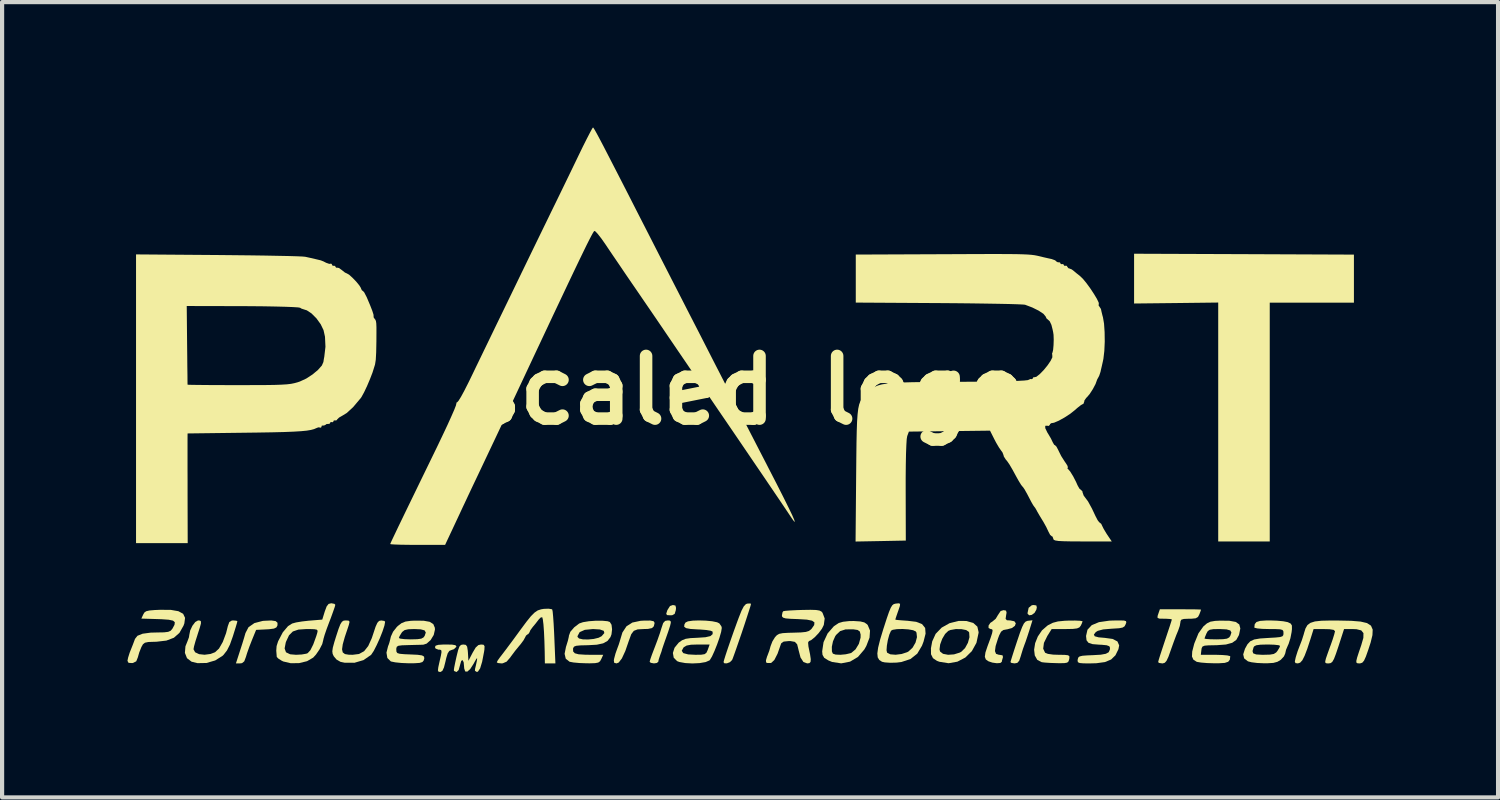
<source format=kicad_pcb>
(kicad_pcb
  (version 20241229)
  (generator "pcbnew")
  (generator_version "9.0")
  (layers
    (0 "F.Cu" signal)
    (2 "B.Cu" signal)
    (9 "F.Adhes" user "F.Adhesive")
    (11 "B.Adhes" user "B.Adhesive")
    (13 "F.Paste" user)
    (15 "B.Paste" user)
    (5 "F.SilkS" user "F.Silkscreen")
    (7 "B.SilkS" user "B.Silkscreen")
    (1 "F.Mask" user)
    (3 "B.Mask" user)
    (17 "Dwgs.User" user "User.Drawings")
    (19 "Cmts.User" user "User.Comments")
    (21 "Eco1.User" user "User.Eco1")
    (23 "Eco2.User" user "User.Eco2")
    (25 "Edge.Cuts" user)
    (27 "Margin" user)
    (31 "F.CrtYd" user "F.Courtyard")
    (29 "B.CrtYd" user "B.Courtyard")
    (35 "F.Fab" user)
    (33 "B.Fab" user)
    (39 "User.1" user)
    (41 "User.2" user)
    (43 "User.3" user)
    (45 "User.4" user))
  (footprint "scaled logo"
    (layer "F.Cu")
    (at 14.837 6.288)
    (property "Reference" "scaled logo" (at 0 0 0) (layer "F.SilkS") (effects (font (size 1.5 1.5) (thickness 0.3))))
    (attr board_only exclude_from_pos_files exclude_from_bom)
    (fp_poly (pts (xy 6.909 5.148) (xy 6.921 5.195) (xy 6.909 5.251) (xy 6.866 5.326) (xy 6.801 5.374) (xy 6.738 5.384) (xy 6.701 5.348) (xy 6.699 5.329) (xy 6.725 5.205) (xy 6.8 5.144) (xy 6.844 5.138)) (stroke (width 0) (type solid)) (fill yes) (layer "F.SilkS"))
    (fp_poly (pts (xy -1.726 5.151) (xy -1.712 5.206) (xy -1.717 5.261) (xy -1.744 5.35) (xy -1.803 5.382) (xy -1.851 5.384) (xy -1.928 5.379) (xy -1.946 5.346) (xy -1.919 5.261) (xy -1.919 5.261) (xy -1.856 5.162) (xy -1.786 5.138)) (stroke (width 0) (type solid)) (fill yes) (layer "F.SilkS"))
    (fp_poly (pts (xy 11.878 -3.257) (xy 14.508 -3.246) (xy 14.508 -2.671) (xy 14.508 -2.096) (xy 13.501 -2.096) (xy 12.494 -2.096) (xy 12.494 0.76) (xy 12.494 3.617) (xy 11.878 3.617) (xy 11.261 3.617) (xy 11.261 0.759) (xy 11.261 -2.099) (xy 10.254 -2.087) (xy 9.248 -2.076) (xy 9.248 -2.672) (xy 9.248 -3.267)) (stroke (width 0) (type solid)) (fill yes) (layer "F.SilkS"))
    (fp_poly (pts (xy 6.743 5.741) (xy 6.695 5.889) (xy 6.651 6.02) (xy 6.627 6.083) (xy 6.589 6.189) (xy 6.547 6.325) (xy 6.537 6.36) (xy 6.499 6.472) (xy 6.454 6.523) (xy 6.389 6.535) (xy 6.314 6.524) (xy 6.29 6.504) (xy 6.304 6.455) (xy 6.338 6.345) (xy 6.388 6.189) (xy 6.449 6.004) (xy 6.45 6.001) (xy 6.518 5.8) (xy 6.57 5.664) (xy 6.611 5.581) (xy 6.65 5.537) (xy 6.693 5.518) (xy 6.712 5.515) (xy 6.817 5.503)) (stroke (width 0) (type solid)) (fill yes) (layer "F.SilkS"))
    (fp_poly (pts (xy -11.292 5.523) (xy -11.247 5.563) (xy -11.248 5.626) (xy -11.274 5.674) (xy -11.332 5.702) (xy -11.444 5.717) (xy -11.515 5.721) (xy -11.759 5.733) (xy -11.86 5.98) (xy -11.922 6.139) (xy -11.976 6.292) (xy -12.003 6.381) (xy -12.043 6.486) (xy -12.097 6.529) (xy -12.144 6.535) (xy -12.242 6.535) (xy -12.139 6.216) (xy -12.087 6.055) (xy -12.044 5.914) (xy -12.017 5.82) (xy -12.014 5.809) (xy -11.941 5.669) (xy -11.801 5.571) (xy -11.603 5.519) (xy -11.572 5.516) (xy -11.397 5.508)) (stroke (width 0) (type solid)) (fill yes) (layer "F.SilkS"))
    (fp_poly (pts (xy 0.082 5.111) (xy 0.07 5.161) (xy 0.035 5.272) (xy -0.016 5.429) (xy -0.077 5.616) (xy -0.144 5.816) (xy -0.212 6.013) (xy -0.274 6.192) (xy -0.325 6.336) (xy -0.36 6.43) (xy -0.371 6.454) (xy -0.423 6.506) (xy -0.496 6.534) (xy -0.557 6.532) (xy -0.575 6.504) (xy -0.561 6.45) (xy -0.525 6.334) (xy -0.471 6.171) (xy -0.404 5.977) (xy -0.33 5.766) (xy -0.253 5.554) (xy -0.213 5.446) (xy -0.145 5.274) (xy -0.09 5.169) (xy -0.039 5.116) (xy -0.005 5.104) (xy 0.064 5.101)) (stroke (width 0) (type solid)) (fill yes) (layer "F.SilkS"))
    (fp_poly (pts (xy -7.069 6.086) (xy -6.992 6.099) (xy -6.968 6.124) (xy -6.971 6.142) (xy -7.026 6.195) (xy -7.083 6.214) (xy -7.136 6.236) (xy -7.175 6.294) (xy -7.21 6.409) (xy -7.227 6.484) (xy -7.264 6.631) (xy -7.301 6.711) (xy -7.345 6.74) (xy -7.355 6.74) (xy -7.394 6.734) (xy -7.409 6.703) (xy -7.4 6.628) (xy -7.373 6.504) (xy -7.338 6.352) (xy -7.323 6.263) (xy -7.329 6.221) (xy -7.358 6.207) (xy -7.398 6.206) (xy -7.465 6.18) (xy -7.48 6.144) (xy -7.462 6.11) (xy -7.398 6.091) (xy -7.273 6.083) (xy -7.214 6.083)) (stroke (width 0) (type solid)) (fill yes) (layer "F.SilkS"))
    (fp_poly (pts (xy -2.248 5.526) (xy -2.224 5.566) (xy -2.241 5.639) (xy -2.244 5.648) (xy -2.287 5.69) (xy -2.383 5.71) (xy -2.486 5.713) (xy -2.631 5.721) (xy -2.722 5.756) (xy -2.783 5.836) (xy -2.835 5.979) (xy -2.836 5.98) (xy -2.925 6.238) (xy -3.007 6.415) (xy -3.082 6.513) (xy -3.134 6.535) (xy -3.191 6.521) (xy -3.2 6.463) (xy -3.193 6.422) (xy -3.16 6.298) (xy -3.12 6.186) (xy -3.082 6.084) (xy -3.06 6.014) (xy -3.06 6.013) (xy -2.995 5.796) (xy -2.898 5.648) (xy -2.758 5.558) (xy -2.561 5.516) (xy -2.476 5.511) (xy -2.328 5.51)) (stroke (width 0) (type solid)) (fill yes) (layer "F.SilkS"))
    (fp_poly (pts (xy -1.867 5.509) (xy -1.842 5.523) (xy -1.836 5.561) (xy -1.854 5.637) (xy -1.895 5.764) (xy -1.961 5.953) (xy -1.971 5.98) (xy -2.015 6.107) (xy -2.045 6.196) (xy -2.053 6.227) (xy -2.063 6.26) (xy -2.093 6.341) (xy -2.093 6.342) (xy -2.125 6.438) (xy -2.137 6.497) (xy -2.172 6.525) (xy -2.24 6.535) (xy -2.317 6.521) (xy -2.343 6.495) (xy -2.328 6.44) (xy -2.29 6.33) (xy -2.236 6.188) (xy -2.223 6.155) (xy -2.158 5.983) (xy -2.099 5.815) (xy -2.059 5.686) (xy -2.057 5.681) (xy -2.019 5.569) (xy -1.972 5.518) (xy -1.912 5.507)) (stroke (width 0) (type solid)) (fill yes) (layer "F.SilkS"))
    (fp_poly (pts (xy 5.232 5.52) (xy 5.4 5.567) (xy 5.498 5.655) (xy 5.528 5.787) (xy 5.527 5.806) (xy 5.476 6.043) (xy 5.366 6.242) (xy 5.21 6.395) (xy 5.02 6.494) (xy 4.809 6.531) (xy 4.59 6.496) (xy 4.531 6.474) (xy 4.436 6.41) (xy 4.389 6.316) (xy 4.388 6.198) (xy 4.593 6.198) (xy 4.605 6.25) (xy 4.677 6.306) (xy 4.798 6.329) (xy 4.94 6.319) (xy 5.078 6.276) (xy 5.113 6.257) (xy 5.203 6.169) (xy 5.272 6.043) (xy 5.309 5.909) (xy 5.302 5.797) (xy 5.294 5.78) (xy 5.23 5.737) (xy 5.116 5.715) (xy 4.981 5.714) (xy 4.855 5.736) (xy 4.803 5.757) (xy 4.726 5.831) (xy 4.657 5.948) (xy 4.608 6.081) (xy 4.593 6.198) (xy 4.388 6.198) (xy 4.387 6.175) (xy 4.418 6.008) (xy 4.5 5.828) (xy 4.644 5.679) (xy 4.833 5.573) (xy 5.048 5.519)) (stroke (width 0) (type solid)) (fill yes) (layer "F.SilkS"))
    (fp_poly (pts (xy 7.954 5.515) (xy 8.011 5.525) (xy 8.015 5.529) (xy 7.997 5.581) (xy 7.972 5.633) (xy 7.939 5.674) (xy 7.883 5.698) (xy 7.783 5.71) (xy 7.622 5.713) (xy 7.603 5.713) (xy 7.276 5.713) (xy 7.173 5.877) (xy 7.091 6.044) (xy 7.073 6.183) (xy 7.119 6.28) (xy 7.186 6.307) (xy 7.312 6.325) (xy 7.442 6.329) (xy 7.587 6.331) (xy 7.667 6.34) (xy 7.699 6.362) (xy 7.7 6.407) (xy 7.696 6.432) (xy 7.68 6.487) (xy 7.646 6.517) (xy 7.575 6.529) (xy 7.446 6.53) (xy 7.404 6.529) (xy 7.247 6.524) (xy 7.113 6.515) (xy 7.038 6.506) (xy 6.932 6.451) (xy 6.872 6.345) (xy 6.856 6.207) (xy 6.881 6.05) (xy 6.945 5.891) (xy 7.044 5.745) (xy 7.177 5.629) (xy 7.194 5.619) (xy 7.305 5.563) (xy 7.425 5.531) (xy 7.585 5.515) (xy 7.688 5.511) (xy 7.84 5.51)) (stroke (width 0) (type solid)) (fill yes) (layer "F.SilkS"))
    (fp_poly (pts (xy -9.545 5.512) (xy -9.523 5.539) (xy -9.54 5.612) (xy -9.556 5.662) (xy -9.637 5.903) (xy -9.686 6.078) (xy -9.703 6.198) (xy -9.686 6.272) (xy -9.633 6.312) (xy -9.543 6.327) (xy -9.45 6.329) (xy -9.297 6.31) (xy -9.175 6.243) (xy -9.077 6.12) (xy -8.991 5.93) (xy -8.952 5.813) (xy -8.9 5.656) (xy -8.858 5.564) (xy -8.817 5.519) (xy -8.766 5.508) (xy -8.765 5.508) (xy -8.692 5.519) (xy -8.672 5.538) (xy -8.689 5.631) (xy -8.735 5.771) (xy -8.8 5.935) (xy -8.874 6.098) (xy -8.945 6.237) (xy -9.005 6.327) (xy -9.012 6.334) (xy -9.189 6.456) (xy -9.406 6.52) (xy -9.64 6.519) (xy -9.74 6.498) (xy -9.836 6.442) (xy -9.902 6.363) (xy -9.928 6.306) (xy -9.936 6.245) (xy -9.924 6.159) (xy -9.889 6.03) (xy -9.843 5.882) (xy -9.786 5.708) (xy -9.743 5.598) (xy -9.705 5.538) (xy -9.665 5.512) (xy -9.614 5.507)) (stroke (width 0) (type solid)) (fill yes) (layer "F.SilkS"))
    (fp_poly (pts (xy 2.697 5.531) (xy 2.793 5.554) (xy 2.857 5.598) (xy 2.875 5.618) (xy 2.93 5.75) (xy 2.918 5.919) (xy 2.841 6.119) (xy 2.793 6.203) (xy 2.641 6.381) (xy 2.452 6.493) (xy 2.241 6.534) (xy 2.023 6.501) (xy 1.932 6.463) (xy 1.834 6.402) (xy 1.793 6.33) (xy 1.785 6.247) (xy 1.801 6.138) (xy 2.016 6.138) (xy 2.018 6.25) (xy 2.041 6.302) (xy 2.107 6.324) (xy 2.22 6.329) (xy 2.349 6.317) (xy 2.461 6.291) (xy 2.483 6.283) (xy 2.583 6.199) (xy 2.663 6.067) (xy 2.704 5.919) (xy 2.705 5.845) (xy 2.685 5.771) (xy 2.633 5.735) (xy 2.532 5.72) (xy 2.345 5.721) (xy 2.214 5.763) (xy 2.117 5.855) (xy 2.095 5.889) (xy 2.043 6.008) (xy 2.016 6.138) (xy 1.801 6.138) (xy 1.818 6.026) (xy 1.915 5.818) (xy 2.064 5.647) (xy 2.18 5.569) (xy 2.283 5.539) (xy 2.434 5.522) (xy 2.543 5.521)) (stroke (width 0) (type solid)) (fill yes) (layer "F.SilkS"))
    (fp_poly (pts (xy -12.231 5.514) (xy -12.207 5.526) (xy -12.218 5.571) (xy -12.249 5.675) (xy -12.294 5.819) (xy -12.314 5.884) (xy -12.385 6.084) (xy -12.456 6.225) (xy -12.538 6.33) (xy -12.563 6.354) (xy -12.737 6.464) (xy -12.947 6.525) (xy -13.162 6.529) (xy -13.304 6.494) (xy -13.413 6.41) (xy -13.463 6.283) (xy -13.45 6.126) (xy -13.402 6.007) (xy -13.366 5.91) (xy -13.358 5.855) (xy -13.336 5.746) (xy -13.283 5.634) (xy -13.215 5.545) (xy -13.149 5.507) (xy -13.147 5.507) (xy -13.101 5.511) (xy -13.079 5.531) (xy -13.08 5.583) (xy -13.107 5.682) (xy -13.159 5.843) (xy -13.164 5.86) (xy -13.211 6.007) (xy -13.244 6.127) (xy -13.257 6.195) (xy -13.257 6.197) (xy -13.218 6.269) (xy -13.123 6.314) (xy -12.992 6.328) (xy -12.849 6.309) (xy -12.742 6.268) (xy -12.647 6.18) (xy -12.557 6.023) (xy -12.478 5.812) (xy -12.435 5.641) (xy -12.4 5.546) (xy -12.341 5.51) (xy -12.306 5.507)) (stroke (width 0) (type solid)) (fill yes) (layer "F.SilkS"))
    (fp_poly (pts (xy 10.548 5.241) (xy 10.704 5.242) (xy 10.81 5.245) (xy 10.85 5.248) (xy 10.85 5.248) (xy 10.838 5.287) (xy 10.81 5.361) (xy 10.777 5.424) (xy 10.722 5.456) (xy 10.621 5.466) (xy 10.564 5.466) (xy 10.44 5.471) (xy 10.378 5.489) (xy 10.358 5.529) (xy 10.357 5.547) (xy 10.341 5.639) (xy 10.301 5.754) (xy 10.297 5.763) (xy 10.254 5.867) (xy 10.197 6.02) (xy 10.136 6.19) (xy 10.127 6.216) (xy 10.07 6.376) (xy 10.025 6.472) (xy 9.983 6.52) (xy 9.934 6.535) (xy 9.92 6.535) (xy 9.846 6.524) (xy 9.824 6.504) (xy 9.836 6.455) (xy 9.87 6.345) (xy 9.921 6.189) (xy 9.983 6.002) (xy 9.988 5.987) (xy 10.05 5.8) (xy 10.102 5.644) (xy 10.137 5.534) (xy 10.152 5.484) (xy 10.152 5.483) (xy 10.115 5.473) (xy 10.022 5.467) (xy 9.969 5.466) (xy 9.857 5.464) (xy 9.81 5.447) (xy 9.81 5.402) (xy 9.826 5.353) (xy 9.865 5.24) (xy 10.358 5.24)) (stroke (width 0) (type solid)) (fill yes) (layer "F.SilkS"))
    (fp_poly (pts (xy -6.316 6.089) (xy -6.293 6.123) (xy -6.297 6.205) (xy -6.305 6.258) (xy -6.351 6.496) (xy -6.399 6.654) (xy -6.451 6.731) (xy -6.478 6.74) (xy -6.523 6.712) (xy -6.521 6.669) (xy -6.499 6.576) (xy -6.477 6.473) (xy -6.47 6.415) (xy -6.485 6.419) (xy -6.527 6.491) (xy -6.556 6.545) (xy -6.637 6.671) (xy -6.706 6.732) (xy -6.757 6.727) (xy -6.781 6.651) (xy -6.782 6.627) (xy -6.793 6.509) (xy -6.819 6.456) (xy -6.851 6.474) (xy -6.878 6.567) (xy -6.879 6.573) (xy -6.913 6.694) (xy -6.962 6.74) (xy -6.967 6.74) (xy -7.021 6.717) (xy -7.028 6.697) (xy -7.02 6.638) (xy -6.997 6.523) (xy -6.965 6.376) (xy -6.963 6.368) (xy -6.926 6.218) (xy -6.894 6.132) (xy -6.857 6.093) (xy -6.806 6.083) (xy -6.801 6.083) (xy -6.741 6.092) (xy -6.71 6.134) (xy -6.695 6.229) (xy -6.691 6.278) (xy -6.679 6.473) (xy -6.578 6.278) (xy -6.506 6.156) (xy -6.441 6.097) (xy -6.378 6.083)) (stroke (width 0) (type solid)) (fill yes) (layer "F.SilkS"))
    (fp_poly (pts (xy 6.184 5.272) (xy 6.197 5.32) (xy 6.186 5.384) (xy 6.174 5.47) (xy 6.205 5.503) (xy 6.285 5.507) (xy 6.383 5.527) (xy 6.418 5.575) (xy 6.397 5.635) (xy 6.326 5.689) (xy 6.211 5.72) (xy 6.207 5.72) (xy 6.121 5.736) (xy 6.066 5.776) (xy 6.021 5.862) (xy 5.992 5.939) (xy 5.935 6.12) (xy 5.919 6.24) (xy 5.945 6.306) (xy 6.013 6.329) (xy 6.026 6.329) (xy 6.101 6.342) (xy 6.111 6.385) (xy 6.108 6.394) (xy 6.086 6.473) (xy 6.083 6.497) (xy 6.048 6.525) (xy 5.963 6.531) (xy 5.857 6.516) (xy 5.764 6.485) (xy 5.701 6.441) (xy 5.677 6.377) (xy 5.691 6.275) (xy 5.743 6.119) (xy 5.749 6.103) (xy 5.814 5.927) (xy 5.851 5.813) (xy 5.863 5.749) (xy 5.852 5.72) (xy 5.82 5.713) (xy 5.815 5.713) (xy 5.766 5.688) (xy 5.766 5.63) (xy 5.809 5.565) (xy 5.861 5.531) (xy 5.938 5.466) (xy 5.991 5.377) (xy 6.055 5.282) (xy 6.124 5.261)) (stroke (width 0) (type solid)) (fill yes) (layer "F.SilkS"))
    (fp_poly (pts (xy -4.686 5.238) (xy -4.673 5.248) (xy -4.663 5.3) (xy -4.652 5.419) (xy -4.64 5.59) (xy -4.629 5.797) (xy -4.624 5.91) (xy -4.598 6.535) (xy -4.724 6.535) (xy -4.85 6.535) (xy -4.854 6.258) (xy -4.861 6.004) (xy -4.871 5.781) (xy -4.884 5.602) (xy -4.899 5.481) (xy -4.914 5.429) (xy -4.953 5.439) (xy -4.999 5.487) (xy -5.072 5.582) (xy -5.139 5.662) (xy -5.197 5.741) (xy -5.22 5.795) (xy -5.249 5.835) (xy -5.258 5.836) (xy -5.301 5.87) (xy -5.32 5.908) (xy -5.362 5.984) (xy -5.436 6.083) (xy -5.46 6.111) (xy -5.564 6.238) (xy -5.665 6.373) (xy -5.675 6.389) (xy -5.765 6.493) (xy -5.858 6.533) (xy -5.888 6.535) (xy -5.97 6.527) (xy -6.001 6.51) (xy -5.978 6.464) (xy -5.921 6.384) (xy -5.908 6.368) (xy -5.779 6.199) (xy -5.612 5.975) (xy -5.433 5.73) (xy -5.292 5.54) (xy -5.184 5.406) (xy -5.097 5.319) (xy -5.02 5.267) (xy -4.94 5.241) (xy -4.874 5.23) (xy -4.761 5.226)) (stroke (width 0) (type solid)) (fill yes) (layer "F.SilkS"))
    (fp_poly (pts (xy -13.803 5.254) (xy -13.619 5.286) (xy -13.505 5.348) (xy -13.459 5.445) (xy -13.476 5.577) (xy -13.497 5.634) (xy -13.594 5.805) (xy -13.726 5.921) (xy -13.905 5.989) (xy -14.145 6.017) (xy -14.199 6.018) (xy -14.338 6.023) (xy -14.419 6.04) (xy -14.467 6.078) (xy -14.504 6.144) (xy -14.556 6.275) (xy -14.589 6.391) (xy -14.627 6.485) (xy -14.704 6.524) (xy -14.726 6.527) (xy -14.811 6.522) (xy -14.837 6.475) (xy -14.837 6.473) (xy -14.822 6.398) (xy -14.785 6.28) (xy -14.759 6.214) (xy -14.708 6.086) (xy -14.669 5.982) (xy -14.657 5.949) (xy -14.598 5.874) (xy -14.475 5.825) (xy -14.282 5.799) (xy -14.12 5.795) (xy -13.961 5.792) (xy -13.863 5.78) (xy -13.804 5.754) (xy -13.764 5.707) (xy -13.761 5.703) (xy -13.712 5.612) (xy -13.704 5.55) (xy -13.747 5.512) (xy -13.85 5.49) (xy -14.022 5.478) (xy -14.106 5.475) (xy -14.505 5.463) (xy -14.46 5.365) (xy -14.432 5.317) (xy -14.389 5.287) (xy -14.312 5.269) (xy -14.183 5.258) (xy -14.061 5.253)) (stroke (width 0) (type solid)) (fill yes) (layer "F.SilkS"))
    (fp_poly (pts (xy 9.008 5.51) (xy 9.054 5.524) (xy 9.062 5.552) (xy 9.047 5.597) (xy 9.021 5.647) (xy 8.975 5.677) (xy 8.89 5.694) (xy 8.746 5.703) (xy 8.71 5.705) (xy 8.508 5.722) (xy 8.379 5.756) (xy 8.333 5.784) (xy 8.286 5.844) (xy 8.306 5.886) (xy 8.398 5.911) (xy 8.546 5.924) (xy 8.735 5.95) (xy 8.85 6.01) (xy 8.891 6.103) (xy 8.874 6.194) (xy 8.802 6.341) (xy 8.698 6.442) (xy 8.551 6.503) (xy 8.346 6.531) (xy 8.195 6.535) (xy 8.038 6.534) (xy 7.947 6.526) (xy 7.905 6.507) (xy 7.896 6.472) (xy 7.899 6.442) (xy 7.911 6.397) (xy 7.943 6.369) (xy 8.012 6.352) (xy 8.134 6.343) (xy 8.26 6.338) (xy 8.45 6.327) (xy 8.572 6.305) (xy 8.64 6.268) (xy 8.668 6.207) (xy 8.672 6.162) (xy 8.655 6.124) (xy 8.592 6.101) (xy 8.469 6.089) (xy 8.416 6.087) (xy 8.253 6.074) (xy 8.157 6.042) (xy 8.11 5.982) (xy 8.099 5.881) (xy 8.099 5.877) (xy 8.133 5.729) (xy 8.235 5.62) (xy 8.408 5.548) (xy 8.652 5.513) (xy 8.744 5.509) (xy 8.909 5.507)) (stroke (width 0) (type solid)) (fill yes) (layer "F.SilkS"))
    (fp_poly (pts (xy -0.997 5.512) (xy -0.845 5.527) (xy -0.729 5.551) (xy -0.675 5.578) (xy -0.626 5.649) (xy -0.617 5.686) (xy -0.632 5.78) (xy -0.672 5.919) (xy -0.728 6.079) (xy -0.791 6.237) (xy -0.851 6.369) (xy -0.901 6.452) (xy -0.911 6.463) (xy -1.003 6.503) (xy -1.149 6.528) (xy -1.321 6.536) (xy -1.491 6.527) (xy -1.633 6.501) (xy -1.685 6.481) (xy -1.767 6.399) (xy -1.787 6.286) (xy -1.771 6.234) (xy -1.575 6.234) (xy -1.538 6.289) (xy -1.421 6.32) (xy -1.249 6.329) (xy -1.109 6.327) (xy -1.028 6.314) (xy -0.985 6.281) (xy -0.956 6.219) (xy -0.951 6.206) (xy -0.908 6.083) (xy -1.188 6.083) (xy -1.353 6.088) (xy -1.458 6.108) (xy -1.523 6.146) (xy -1.534 6.157) (xy -1.575 6.234) (xy -1.771 6.234) (xy -1.747 6.16) (xy -1.65 6.041) (xy -1.646 6.037) (xy -1.567 5.981) (xy -1.482 5.947) (xy -1.366 5.93) (xy -1.202 5.922) (xy -1.009 5.909) (xy -0.89 5.882) (xy -0.836 5.835) (xy -0.836 5.775) (xy -0.88 5.754) (xy -0.987 5.736) (xy -1.134 5.724) (xy -1.185 5.722) (xy -1.364 5.711) (xy -1.472 5.691) (xy -1.517 5.657) (xy -1.511 5.602) (xy -1.485 5.557) (xy -1.427 5.529) (xy -1.311 5.512) (xy -1.16 5.507)) (stroke (width 0) (type solid)) (fill yes) (layer "F.SilkS"))
    (fp_poly (pts (xy -9.886 5.11) (xy -9.864 5.133) (xy -9.878 5.186) (xy -9.916 5.295) (xy -9.97 5.445) (xy -10.008 5.543) (xy -10.07 5.709) (xy -10.119 5.851) (xy -10.147 5.948) (xy -10.152 5.975) (xy -10.177 6.073) (xy -10.242 6.2) (xy -10.327 6.324) (xy -10.394 6.397) (xy -10.54 6.482) (xy -10.729 6.528) (xy -10.929 6.531) (xy -11.109 6.489) (xy -11.148 6.47) (xy -11.228 6.419) (xy -11.265 6.38) (xy -11.265 6.38) (xy -11.277 6.229) (xy -11.273 6.177) (xy -11.077 6.177) (xy -11.044 6.269) (xy -10.945 6.317) (xy -10.805 6.329) (xy -10.669 6.322) (xy -10.559 6.303) (xy -10.525 6.29) (xy -10.461 6.22) (xy -10.391 6.08) (xy -10.319 5.881) (xy -10.296 5.805) (xy -10.287 5.757) (xy -10.304 5.729) (xy -10.364 5.717) (xy -10.483 5.713) (xy -10.553 5.713) (xy -10.747 5.726) (xy -10.88 5.771) (xy -10.972 5.863) (xy -11.042 6.013) (xy -11.05 6.036) (xy -11.077 6.177) (xy -11.273 6.177) (xy -11.269 6.121) (xy -11.237 6.019) (xy -11.23 6.001) (xy -11.121 5.792) (xy -10.996 5.644) (xy -10.897 5.581) (xy -10.803 5.555) (xy -10.657 5.531) (xy -10.49 5.512) (xy -10.482 5.512) (xy -10.176 5.487) (xy -10.116 5.292) (xy -10.071 5.171) (xy -10.025 5.112) (xy -9.962 5.096) (xy -9.96 5.096)) (stroke (width 0) (type solid)) (fill yes) (layer "F.SilkS"))
    (fp_poly (pts (xy -3.35 5.526) (xy -3.296 5.544) (xy -3.255 5.61) (xy -3.242 5.72) (xy -3.256 5.84) (xy -3.281 5.907) (xy -3.351 5.997) (xy -3.455 6.055) (xy -3.608 6.088) (xy -3.825 6.1) (xy -3.838 6.1) (xy -4.002 6.104) (xy -4.101 6.114) (xy -4.152 6.134) (xy -4.173 6.17) (xy -4.176 6.185) (xy -4.173 6.25) (xy -4.133 6.293) (xy -4.043 6.317) (xy -3.89 6.327) (xy -3.772 6.329) (xy -3.454 6.329) (xy -3.501 6.432) (xy -3.53 6.484) (xy -3.573 6.515) (xy -3.648 6.529) (xy -3.776 6.533) (xy -3.86 6.532) (xy -4.024 6.526) (xy -4.165 6.513) (xy -4.256 6.496) (xy -4.261 6.494) (xy -4.35 6.423) (xy -4.378 6.306) (xy -4.345 6.139) (xy -4.338 6.118) (xy -4.3 5.995) (xy -4.278 5.901) (xy -4.069 5.901) (xy -4.033 5.939) (xy -3.941 5.96) (xy -3.816 5.963) (xy -3.682 5.95) (xy -3.563 5.921) (xy -3.492 5.884) (xy -3.427 5.809) (xy -3.441 5.756) (xy -3.533 5.723) (xy -3.699 5.713) (xy -3.894 5.732) (xy -4.018 5.787) (xy -4.068 5.88) (xy -4.069 5.901) (xy -4.278 5.901) (xy -4.277 5.897) (xy -4.275 5.873) (xy -4.24 5.778) (xy -4.147 5.671) (xy -4.028 5.58) (xy -3.938 5.549) (xy -3.797 5.526) (xy -3.634 5.514) (xy -3.475 5.514)) (stroke (width 0) (type solid)) (fill yes) (layer "F.SilkS"))
    (fp_poly (pts (xy 3.649 5.11) (xy 3.644 5.162) (xy 3.608 5.269) (xy 3.596 5.302) (xy 3.559 5.409) (xy 3.537 5.477) (xy 3.535 5.487) (xy 3.572 5.495) (xy 3.671 5.504) (xy 3.81 5.514) (xy 3.819 5.514) (xy 4.034 5.54) (xy 4.175 5.595) (xy 4.249 5.687) (xy 4.259 5.823) (xy 4.211 6.012) (xy 4.173 6.112) (xy 4.06 6.302) (xy 3.897 6.431) (xy 3.68 6.502) (xy 3.566 6.516) (xy 3.414 6.52) (xy 3.284 6.511) (xy 3.217 6.496) (xy 3.152 6.454) (xy 3.114 6.391) (xy 3.105 6.296) (xy 3.115 6.221) (xy 3.325 6.221) (xy 3.338 6.278) (xy 3.416 6.318) (xy 3.542 6.328) (xy 3.686 6.31) (xy 3.818 6.267) (xy 3.851 6.249) (xy 3.948 6.159) (xy 4.019 6.036) (xy 4.053 5.907) (xy 4.042 5.8) (xy 4.025 5.771) (xy 3.961 5.741) (xy 3.847 5.721) (xy 3.709 5.712) (xy 3.576 5.715) (xy 3.473 5.731) (xy 3.432 5.754) (xy 3.391 5.848) (xy 3.356 5.977) (xy 3.333 6.11) (xy 3.325 6.221) (xy 3.115 6.221) (xy 3.124 6.157) (xy 3.172 5.964) (xy 3.25 5.706) (xy 3.257 5.686) (xy 3.329 5.463) (xy 3.383 5.307) (xy 3.425 5.206) (xy 3.461 5.146) (xy 3.498 5.116) (xy 3.541 5.105) (xy 3.548 5.104) (xy 3.618 5.097)) (stroke (width 0) (type solid)) (fill yes) (layer "F.SilkS"))
    (fp_poly (pts (xy 11.53 5.515) (xy 11.68 5.543) (xy 11.765 5.603) (xy 11.79 5.699) (xy 11.762 5.837) (xy 11.753 5.865) (xy 11.694 5.972) (xy 11.596 6.042) (xy 11.446 6.083) (xy 11.231 6.099) (xy 11.189 6.1) (xy 11.029 6.103) (xy 10.934 6.111) (xy 10.885 6.132) (xy 10.865 6.17) (xy 10.858 6.216) (xy 10.845 6.329) (xy 11.197 6.329) (xy 11.356 6.334) (xy 11.477 6.344) (xy 11.543 6.36) (xy 11.549 6.367) (xy 11.539 6.446) (xy 11.5 6.496) (xy 11.417 6.523) (xy 11.274 6.532) (xy 11.165 6.532) (xy 10.996 6.527) (xy 10.85 6.515) (xy 10.755 6.499) (xy 10.743 6.495) (xy 10.667 6.446) (xy 10.633 6.37) (xy 10.639 6.251) (xy 10.684 6.076) (xy 10.692 6.051) (xy 10.737 5.941) (xy 10.933 5.941) (xy 10.97 5.95) (xy 11.069 5.957) (xy 11.209 5.96) (xy 11.219 5.96) (xy 11.375 5.956) (xy 11.469 5.943) (xy 11.523 5.914) (xy 11.55 5.876) (xy 11.577 5.797) (xy 11.55 5.747) (xy 11.461 5.721) (xy 11.299 5.713) (xy 11.286 5.713) (xy 11.143 5.716) (xy 11.059 5.73) (xy 11.011 5.763) (xy 10.98 5.818) (xy 10.946 5.9) (xy 10.933 5.941) (xy 10.737 5.941) (xy 10.788 5.816) (xy 10.905 5.652) (xy 10.909 5.648) (xy 10.992 5.577) (xy 11.074 5.537) (xy 11.186 5.518) (xy 11.307 5.512)) (stroke (width 0) (type solid)) (fill yes) (layer "F.SilkS"))
    (fp_poly (pts (xy -7.751 5.514) (xy -7.606 5.54) (xy -7.52 5.594) (xy -7.483 5.681) (xy -7.48 5.726) (xy -7.509 5.854) (xy -7.582 5.975) (xy -7.678 6.061) (xy -7.756 6.087) (xy -7.833 6.09) (xy -7.964 6.093) (xy -8.117 6.097) (xy -8.268 6.102) (xy -8.354 6.113) (xy -8.393 6.137) (xy -8.405 6.18) (xy -8.405 6.206) (xy -8.401 6.257) (xy -8.379 6.288) (xy -8.322 6.305) (xy -8.213 6.315) (xy -8.066 6.321) (xy -7.893 6.329) (xy -7.789 6.344) (xy -7.741 6.372) (xy -7.735 6.418) (xy -7.752 6.47) (xy -7.781 6.503) (xy -7.847 6.523) (xy -7.965 6.531) (xy -8.111 6.532) (xy -8.281 6.525) (xy -8.429 6.51) (xy -8.527 6.49) (xy -8.539 6.485) (xy -8.619 6.405) (xy -8.64 6.278) (xy -8.602 6.124) (xy -8.582 6.074) (xy -8.568 6.029) (xy -8.549 5.955) (xy -8.543 5.928) (xy -8.343 5.928) (xy -8.306 5.943) (xy -8.207 5.955) (xy -8.067 5.96) (xy -8.057 5.96) (xy -7.901 5.956) (xy -7.807 5.943) (xy -7.754 5.914) (xy -7.726 5.876) (xy -7.699 5.796) (xy -7.728 5.745) (xy -7.821 5.72) (xy -7.974 5.713) (xy -8.118 5.718) (xy -8.206 5.738) (xy -8.262 5.781) (xy -8.279 5.804) (xy -8.327 5.883) (xy -8.343 5.928) (xy -8.543 5.928) (xy -8.533 5.889) (xy -8.482 5.777) (xy -8.393 5.664) (xy -8.367 5.639) (xy -8.278 5.571) (xy -8.185 5.534) (xy -8.058 5.516) (xy -7.967 5.512)) (stroke (width 0) (type solid)) (fill yes) (layer "F.SilkS"))
    (fp_poly (pts (xy 1.638 5.257) (xy 1.718 5.27) (xy 1.767 5.294) (xy 1.793 5.323) (xy 1.845 5.46) (xy 1.824 5.615) (xy 1.78 5.704) (xy 1.701 5.81) (xy 1.607 5.909) (xy 1.52 5.979) (xy 1.468 6.001) (xy 1.448 6.036) (xy 1.456 6.128) (xy 1.457 6.134) (xy 1.495 6.317) (xy 1.512 6.434) (xy 1.507 6.5) (xy 1.478 6.529) (xy 1.426 6.535) (xy 1.336 6.501) (xy 1.267 6.394) (xy 1.219 6.212) (xy 1.216 6.197) (xy 1.186 6.078) (xy 1.132 6.02) (xy 1.028 6.001) (xy 0.983 6.001) (xy 0.864 6.013) (xy 0.806 6.053) (xy 0.798 6.073) (xy 0.717 6.304) (xy 0.64 6.454) (xy 0.567 6.522) (xy 0.552 6.526) (xy 0.472 6.525) (xy 0.443 6.512) (xy 0.44 6.46) (xy 0.467 6.369) (xy 0.473 6.356) (xy 0.52 6.231) (xy 0.551 6.12) (xy 0.594 6.009) (xy 0.655 5.91) (xy 0.701 5.86) (xy 0.756 5.828) (xy 0.84 5.811) (xy 0.972 5.803) (xy 1.098 5.8) (xy 1.278 5.794) (xy 1.394 5.782) (xy 1.468 5.759) (xy 1.518 5.721) (xy 1.533 5.705) (xy 1.594 5.617) (xy 1.6 5.554) (xy 1.544 5.513) (xy 1.42 5.488) (xy 1.222 5.476) (xy 1.202 5.475) (xy 1.023 5.468) (xy 0.91 5.458) (xy 0.85 5.44) (xy 0.825 5.413) (xy 0.822 5.385) (xy 0.837 5.31) (xy 0.855 5.286) (xy 0.908 5.277) (xy 1.024 5.268) (xy 1.185 5.26) (xy 1.313 5.256) (xy 1.508 5.253)) (stroke (width 0) (type solid)) (fill yes) (layer "F.SilkS"))
    (fp_poly (pts (xy 14.145 5.51) (xy 14.443 5.516) (xy 14.666 5.534) (xy 14.821 5.57) (xy 14.916 5.632) (xy 14.957 5.726) (xy 14.951 5.859) (xy 14.907 6.039) (xy 14.851 6.211) (xy 14.794 6.372) (xy 14.75 6.469) (xy 14.708 6.518) (xy 14.66 6.534) (xy 14.643 6.535) (xy 14.596 6.533) (xy 14.569 6.518) (xy 14.565 6.478) (xy 14.584 6.397) (xy 14.627 6.264) (xy 14.684 6.097) (xy 14.734 5.924) (xy 14.736 5.81) (xy 14.683 5.745) (xy 14.569 5.717) (xy 14.467 5.713) (xy 14.272 5.713) (xy 14.139 6.124) (xy 14.077 6.308) (xy 14.031 6.428) (xy 13.992 6.496) (xy 13.954 6.527) (xy 13.907 6.535) (xy 13.902 6.535) (xy 13.855 6.534) (xy 13.827 6.523) (xy 13.821 6.489) (xy 13.838 6.417) (xy 13.88 6.295) (xy 13.947 6.109) (xy 13.95 6.103) (xy 14.001 5.957) (xy 14.038 5.837) (xy 14.055 5.768) (xy 14.055 5.764) (xy 14.024 5.733) (xy 13.922 5.717) (xy 13.799 5.714) (xy 13.543 5.714) (xy 13.469 5.95) (xy 13.392 6.186) (xy 13.328 6.353) (xy 13.274 6.46) (xy 13.222 6.517) (xy 13.168 6.535) (xy 13.166 6.535) (xy 13.11 6.528) (xy 13.094 6.492) (xy 13.112 6.405) (xy 13.118 6.381) (xy 13.162 6.241) (xy 13.212 6.11) (xy 13.215 6.103) (xy 13.262 5.981) (xy 13.308 5.836) (xy 13.316 5.805) (xy 13.35 5.697) (xy 13.396 5.618) (xy 13.467 5.565) (xy 13.575 5.531) (xy 13.731 5.514) (xy 13.949 5.509)) (stroke (width 0) (type solid)) (fill yes) (layer "F.SilkS"))
    (fp_poly (pts (xy 12.667 5.513) (xy 12.818 5.527) (xy 12.921 5.547) (xy 12.929 5.55) (xy 12.995 5.582) (xy 13.024 5.628) (xy 13.025 5.715) (xy 13.017 5.786) (xy 12.988 5.934) (xy 12.945 6.069) (xy 12.929 6.103) (xy 12.884 6.209) (xy 12.865 6.294) (xy 12.865 6.296) (xy 12.834 6.367) (xy 12.761 6.446) (xy 12.756 6.45) (xy 12.678 6.497) (xy 12.58 6.523) (xy 12.436 6.532) (xy 12.355 6.532) (xy 12.195 6.525) (xy 12.058 6.508) (xy 11.973 6.486) (xy 11.881 6.415) (xy 11.859 6.319) (xy 11.884 6.24) (xy 12.082 6.24) (xy 12.098 6.294) (xy 12.169 6.321) (xy 12.306 6.329) (xy 12.348 6.329) (xy 12.499 6.325) (xy 12.591 6.309) (xy 12.648 6.273) (xy 12.677 6.238) (xy 12.725 6.159) (xy 12.741 6.115) (xy 12.703 6.099) (xy 12.604 6.088) (xy 12.462 6.083) (xy 12.437 6.083) (xy 12.272 6.087) (xy 12.172 6.101) (xy 12.121 6.128) (xy 12.108 6.148) (xy 12.082 6.24) (xy 11.884 6.24) (xy 11.902 6.184) (xy 11.961 6.077) (xy 12.028 6.006) (xy 12.121 5.963) (xy 12.261 5.939) (xy 12.457 5.926) (xy 12.631 5.916) (xy 12.739 5.905) (xy 12.796 5.887) (xy 12.819 5.857) (xy 12.823 5.811) (xy 12.819 5.763) (xy 12.797 5.734) (xy 12.74 5.719) (xy 12.632 5.714) (xy 12.474 5.713) (xy 12.316 5.709) (xy 12.195 5.698) (xy 12.131 5.682) (xy 12.125 5.675) (xy 12.135 5.595) (xy 12.176 5.545) (xy 12.263 5.518) (xy 12.411 5.508) (xy 12.496 5.507)) (stroke (width 0) (type solid)) (fill yes) (layer "F.SilkS"))
    (fp_poly (pts (xy -3.689 -6.28) (xy -3.67 -6.251) (xy -3.638 -6.196) (xy -3.591 -6.111) (xy -3.527 -5.991) (xy -3.443 -5.831) (xy -3.337 -5.625) (xy -3.205 -5.369) (xy -3.045 -5.058) (xy -2.855 -4.687) (xy -2.633 -4.251) (xy -2.466 -3.925) (xy -2.303 -3.606) (xy -2.131 -3.269) (xy -1.959 -2.933) (xy -1.797 -2.616) (xy -1.655 -2.339) (xy -1.562 -2.158) (xy -1.441 -1.921) (xy -1.292 -1.631) (xy -1.126 -1.308) (xy -0.954 -0.971) (xy -0.785 -0.64) (xy -0.678 -0.432) (xy -0.521 -0.125) (xy -0.336 0.234) (xy -0.135 0.626) (xy 0.073 1.031) (xy 0.277 1.427) (xy 0.467 1.795) (xy 0.502 1.864) (xy 0.7 2.248) (xy 0.859 2.562) (xy 0.981 2.808) (xy 1.067 2.986) (xy 1.116 3.099) (xy 1.131 3.149) (xy 1.112 3.137) (xy 1.06 3.066) (xy 1.023 3.01) (xy 0.966 2.925) (xy 0.868 2.779) (xy 0.733 2.579) (xy 0.566 2.333) (xy 0.373 2.048) (xy 0.157 1.731) (xy -0.076 1.388) (xy -0.321 1.028) (xy -0.56 0.678) (xy -0.699 0.475) (xy -0.872 0.22) (xy -1.069 -0.069) (xy -1.279 -0.377) (xy -1.489 -0.686) (xy -1.672 -0.954) (xy -1.872 -1.248) (xy -2.08 -1.554) (xy -2.285 -1.855) (xy -2.477 -2.135) (xy -2.643 -2.378) (xy -2.766 -2.557) (xy -2.92 -2.782) (xy -3.077 -3.014) (xy -3.225 -3.231) (xy -3.348 -3.413) (xy -3.396 -3.485) (xy -3.496 -3.628) (xy -3.582 -3.738) (xy -3.643 -3.803) (xy -3.664 -3.813) (xy -3.678 -3.8) (xy -3.701 -3.763) (xy -3.736 -3.7) (xy -3.785 -3.606) (xy -3.85 -3.477) (xy -3.931 -3.311) (xy -4.031 -3.104) (xy -4.152 -2.852) (xy -4.295 -2.551) (xy -4.462 -2.198) (xy -4.655 -1.79) (xy -4.875 -1.322) (xy -5.125 -0.791) (xy -5.405 -0.194) (xy -5.718 0.473) (xy -5.794 0.637) (xy -5.901 0.864) (xy -6.035 1.148) (xy -6.189 1.473) (xy -6.355 1.824) (xy -6.484 2.096) (xy -6.582 2.302) (xy -6.681 2.512) (xy -6.768 2.698) (xy -6.814 2.795) (xy -6.895 2.969) (xy -6.991 3.174) (xy -7.082 3.369) (xy -7.088 3.381) (xy -7.237 3.699) (xy -7.893 3.699) (xy -8.115 3.698) (xy -8.304 3.695) (xy -8.448 3.69) (xy -8.533 3.684) (xy -8.549 3.679) (xy -8.546 3.668) (xy -8.535 3.642) (xy -8.513 3.594) (xy -8.478 3.52) (xy -8.428 3.415) (xy -8.36 3.272) (xy -8.271 3.088) (xy -8.159 2.856) (xy -8.021 2.572) (xy -7.855 2.23) (xy -7.658 1.825) (xy -7.428 1.352) (xy -7.413 1.321) (xy -7.289 1.061) (xy -7.178 0.825) (xy -7.087 0.624) (xy -7.018 0.466) (xy -6.978 0.363) (xy -6.969 0.324) (xy -6.962 0.29) (xy -6.949 0.288) (xy -6.917 0.253) (xy -6.857 0.157) (xy -6.779 0.013) (xy -6.689 -0.164) (xy -6.663 -0.216) (xy -6.584 -0.379) (xy -6.498 -0.558) (xy -6.401 -0.758) (xy -6.29 -0.988) (xy -6.161 -1.254) (xy -6.011 -1.565) (xy -5.835 -1.927) (xy -5.631 -2.348) (xy -5.395 -2.836) (xy -5.385 -2.856) (xy -5.244 -3.147) (xy -5.084 -3.477) (xy -4.919 -3.816) (xy -4.767 -4.128) (xy -4.706 -4.254) (xy -4.566 -4.54) (xy -4.409 -4.863) (xy -4.25 -5.191) (xy -4.104 -5.493) (xy -4.043 -5.62) (xy -3.939 -5.834) (xy -3.846 -6.019) (xy -3.771 -6.164) (xy -3.72 -6.258) (xy -3.699 -6.288)) (stroke (width 0) (type solid)) (fill yes) (layer "F.SilkS"))
    (fp_poly (pts (xy -12.669 -3.236) (xy -12.271 -3.232) (xy -11.895 -3.228) (xy -11.549 -3.223) (xy -11.243 -3.217) (xy -10.985 -3.212) (xy -10.783 -3.206) (xy -10.646 -3.2) (xy -10.583 -3.194) (xy -10.455 -3.166) (xy -10.305 -3.131) (xy -10.213 -3.109) (xy -10.147 -3.083) (xy -10.085 -3.051) (xy -10.009 -3.024) (xy -9.972 -3.029) (xy -9.949 -3.023) (xy -9.946 -3.005) (xy -9.922 -2.974) (xy -9.905 -2.98) (xy -9.867 -2.975) (xy -9.864 -2.959) (xy -9.842 -2.93) (xy -9.829 -2.935) (xy -9.778 -2.926) (xy -9.708 -2.876) (xy -9.634 -2.817) (xy -9.586 -2.795) (xy -9.535 -2.766) (xy -9.455 -2.694) (xy -9.366 -2.602) (xy -9.291 -2.511) (xy -9.25 -2.445) (xy -9.248 -2.433) (xy -9.225 -2.387) (xy -9.213 -2.384) (xy -9.174 -2.345) (xy -9.113 -2.228) (xy -9.031 -2.034) (xy -8.979 -1.901) (xy -8.951 -1.813) (xy -8.947 -1.769) (xy -8.949 -1.767) (xy -8.946 -1.742) (xy -8.926 -1.714) (xy -8.905 -1.687) (xy -8.892 -1.655) (xy -8.884 -1.601) (xy -8.88 -1.511) (xy -8.88 -1.368) (xy -8.881 -1.171) (xy -8.886 -0.911) (xy -8.896 -0.729) (xy -8.913 -0.621) (xy -8.917 -0.606) (xy -8.936 -0.545) (xy -8.973 -0.427) (xy -9.033 -0.271) (xy -9.104 -0.103) (xy -9.176 0.049) (xy -9.237 0.16) (xy -9.254 0.185) (xy -9.434 0.399) (xy -9.588 0.542) (xy -9.684 0.601) (xy -9.774 0.653) (xy -9.821 0.699) (xy -9.823 0.706) (xy -9.848 0.726) (xy -9.864 0.719) (xy -9.902 0.724) (xy -9.905 0.74) (xy -9.93 0.767) (xy -9.946 0.76) (xy -9.984 0.765) (xy -9.987 0.781) (xy -10.012 0.809) (xy -10.026 0.803) (xy -10.078 0.809) (xy -10.09 0.822) (xy -10.139 0.846) (xy -10.155 0.841) (xy -10.19 0.849) (xy -10.193 0.868) (xy -10.208 0.898) (xy -10.219 0.892) (xy -10.271 0.887) (xy -10.317 0.905) (xy -10.373 0.929) (xy -10.448 0.949) (xy -10.549 0.966) (xy -10.684 0.979) (xy -10.863 0.99) (xy -11.092 0.999) (xy -11.381 1.006) (xy -11.738 1.012) (xy -12.053 1.016) (xy -13.399 1.033) (xy -13.4 1.184) (xy -13.4 1.264) (xy -13.4 1.414) (xy -13.4 1.622) (xy -13.4 1.876) (xy -13.399 2.162) (xy -13.399 2.47) (xy -13.399 2.497) (xy -13.396 3.658) (xy -14.014 3.658) (xy -14.632 3.658) (xy -14.632 0.204) (xy -14.632 -2.016) (xy -13.419 -2.016) (xy -13.41 -1.08) (xy -13.407 -0.812) (xy -13.405 -0.573) (xy -13.402 -0.374) (xy -13.401 -0.228) (xy -13.4 -0.147) (xy -13.399 -0.134) (xy -13.36 -0.131) (xy -13.248 -0.129) (xy -13.074 -0.127) (xy -12.849 -0.125) (xy -12.582 -0.124) (xy -12.283 -0.123) (xy -12.179 -0.123) (xy -11.826 -0.124) (xy -11.545 -0.125) (xy -11.325 -0.128) (xy -11.155 -0.134) (xy -11.024 -0.142) (xy -10.923 -0.154) (xy -10.84 -0.171) (xy -10.764 -0.192) (xy -10.709 -0.211) (xy -10.56 -0.28) (xy -10.411 -0.377) (xy -10.28 -0.486) (xy -10.186 -0.592) (xy -10.149 -0.677) (xy -10.138 -0.75) (xy -10.128 -0.801) (xy -10.1 -1.04) (xy -10.111 -1.281) (xy -10.146 -1.439) (xy -10.214 -1.58) (xy -10.316 -1.721) (xy -10.434 -1.839) (xy -10.546 -1.913) (xy -10.585 -1.925) (xy -10.674 -1.954) (xy -10.708 -1.975) (xy -10.758 -1.983) (xy -10.881 -1.991) (xy -11.065 -1.998) (xy -11.301 -2.004) (xy -11.579 -2.009) (xy -11.889 -2.012) (xy -12.085 -2.013) (xy -13.419 -2.016) (xy -14.632 -2.016) (xy -14.632 -3.251)) (stroke (width 0) (type solid)) (fill yes) (layer "F.SilkS"))
    (fp_poly (pts (xy 6.26 -3.259) (xy 6.444 -3.257) (xy 6.588 -3.253) (xy 6.702 -3.248) (xy 6.791 -3.241) (xy 6.864 -3.232) (xy 6.927 -3.22) (xy 6.988 -3.206) (xy 7.055 -3.19) (xy 7.069 -3.186) (xy 7.196 -3.157) (xy 7.275 -3.14) (xy 7.358 -3.11) (xy 7.391 -3.08) (xy 7.43 -3.059) (xy 7.443 -3.064) (xy 7.478 -3.057) (xy 7.48 -3.041) (xy 7.505 -3.015) (xy 7.521 -3.021) (xy 7.559 -3.016) (xy 7.562 -3) (xy 7.587 -2.974) (xy 7.604 -2.98) (xy 7.641 -2.977) (xy 7.645 -2.962) (xy 7.676 -2.92) (xy 7.689 -2.918) (xy 7.754 -2.893) (xy 7.79 -2.867) (xy 7.864 -2.805) (xy 7.955 -2.733) (xy 8.025 -2.665) (xy 8.111 -2.56) (xy 8.202 -2.435) (xy 8.287 -2.306) (xy 8.357 -2.19) (xy 8.4 -2.101) (xy 8.406 -2.057) (xy 8.4 -2.055) (xy 8.399 -2.03) (xy 8.417 -2.004) (xy 8.454 -1.947) (xy 8.458 -1.932) (xy 8.468 -1.883) (xy 8.492 -1.785) (xy 8.503 -1.747) (xy 8.529 -1.595) (xy 8.543 -1.391) (xy 8.546 -1.163) (xy 8.536 -0.941) (xy 8.514 -0.753) (xy 8.503 -0.699) (xy 8.474 -0.57) (xy 8.45 -0.467) (xy 8.445 -0.442) (xy 8.414 -0.349) (xy 8.398 -0.318) (xy 8.366 -0.26) (xy 8.361 -0.247) (xy 8.326 -0.15) (xy 8.262 -0.029) (xy 8.188 0.086) (xy 8.122 0.165) (xy 8.107 0.177) (xy 8.06 0.243) (xy 8.056 0.269) (xy 8.037 0.323) (xy 8.023 0.329) (xy 7.976 0.355) (xy 7.892 0.421) (xy 7.827 0.478) (xy 7.717 0.565) (xy 7.583 0.652) (xy 7.448 0.727) (xy 7.333 0.776) (xy 7.264 0.788) (xy 7.235 0.812) (xy 7.234 0.826) (xy 7.204 0.854) (xy 7.172 0.848) (xy 7.122 0.85) (xy 7.123 0.907) (xy 7.174 1.013) (xy 7.196 1.048) (xy 7.258 1.153) (xy 7.299 1.239) (xy 7.301 1.243) (xy 7.336 1.304) (xy 7.357 1.315) (xy 7.391 1.349) (xy 7.435 1.433) (xy 7.442 1.449) (xy 7.505 1.575) (xy 7.587 1.704) (xy 7.596 1.716) (xy 7.65 1.798) (xy 7.666 1.846) (xy 7.66 1.85) (xy 7.651 1.868) (xy 7.665 1.881) (xy 7.72 1.945) (xy 7.79 2.058) (xy 7.86 2.194) (xy 7.894 2.271) (xy 7.938 2.351) (xy 7.977 2.384) (xy 8.011 2.417) (xy 8.015 2.443) (xy 8.042 2.52) (xy 8.069 2.556) (xy 8.146 2.659) (xy 8.24 2.831) (xy 8.325 3.011) (xy 8.375 3.107) (xy 8.416 3.161) (xy 8.425 3.165) (xy 8.463 3.198) (xy 8.481 3.237) (xy 8.519 3.314) (xy 8.584 3.423) (xy 8.61 3.463) (xy 8.714 3.617) (xy 8.015 3.617) (xy 7.756 3.616) (xy 7.568 3.612) (xy 7.441 3.606) (xy 7.364 3.594) (xy 7.326 3.578) (xy 7.316 3.555) (xy 7.296 3.5) (xy 7.279 3.494) (xy 7.239 3.459) (xy 7.198 3.381) (xy 7.148 3.275) (xy 7.076 3.145) (xy 7.05 3.103) (xy 6.982 2.991) (xy 6.93 2.901) (xy 6.918 2.877) (xy 6.88 2.811) (xy 6.866 2.795) (xy 6.831 2.746) (xy 6.789 2.672) (xy 6.693 2.488) (xy 6.627 2.37) (xy 6.585 2.31) (xy 6.575 2.302) (xy 6.541 2.257) (xy 6.483 2.162) (xy 6.435 2.076) (xy 6.339 1.9) (xy 6.269 1.78) (xy 6.214 1.7) (xy 6.175 1.653) (xy 6.131 1.583) (xy 6.124 1.552) (xy 6.099 1.487) (xy 6.066 1.442) (xy 6.015 1.369) (xy 5.947 1.253) (xy 5.904 1.171) (xy 5.801 0.966) (xy 4.831 0.978) (xy 3.86 0.989) (xy 3.82 1.096) (xy 3.808 1.167) (xy 3.799 1.312) (xy 3.791 1.519) (xy 3.786 1.781) (xy 3.783 2.087) (xy 3.783 2.4) (xy 3.786 3.596) (xy 3.185 3.608) (xy 2.584 3.619) (xy 2.598 2.025) (xy 2.602 1.604) (xy 2.606 1.258) (xy 2.612 0.976) (xy 2.62 0.752) (xy 2.632 0.577) (xy 2.648 0.442) (xy 2.67 0.34) (xy 2.699 0.261) (xy 2.736 0.199) (xy 2.782 0.143) (xy 2.838 0.087) (xy 2.855 0.07) (xy 2.918 0.01) (xy 2.977 -0.04) (xy 3.04 -0.081) (xy 3.116 -0.114) (xy 3.21 -0.14) (xy 3.332 -0.16) (xy 3.489 -0.175) (xy 3.688 -0.186) (xy 3.937 -0.193) (xy 4.244 -0.197) (xy 4.616 -0.2) (xy 5.061 -0.202) (xy 5.167 -0.203) (xy 5.572 -0.206) (xy 5.925 -0.21) (xy 6.22 -0.216) (xy 6.452 -0.224) (xy 6.616 -0.233) (xy 6.706 -0.243) (xy 6.721 -0.249) (xy 6.771 -0.271) (xy 6.784 -0.265) (xy 6.82 -0.273) (xy 6.823 -0.288) (xy 6.846 -0.316) (xy 6.859 -0.311) (xy 6.91 -0.323) (xy 6.99 -0.386) (xy 7.084 -0.482) (xy 7.175 -0.593) (xy 7.249 -0.701) (xy 7.292 -0.788) (xy 7.291 -0.834) (xy 7.286 -0.884) (xy 7.297 -0.906) (xy 7.311 -0.969) (xy 7.321 -1.082) (xy 7.325 -1.212) (xy 7.321 -1.327) (xy 7.312 -1.387) (xy 7.298 -1.455) (xy 7.297 -1.459) (xy 7.27 -1.565) (xy 7.23 -1.65) (xy 7.193 -1.685) (xy 7.153 -1.719) (xy 7.131 -1.767) (xy 7.078 -1.83) (xy 6.965 -1.905) (xy 6.812 -1.981) (xy 6.638 -2.047) (xy 6.581 -2.052) (xy 6.451 -2.058) (xy 6.255 -2.064) (xy 6.002 -2.069) (xy 5.7 -2.074) (xy 5.358 -2.079) (xy 4.984 -2.083) (xy 4.586 -2.086) (xy 4.572 -2.086) (xy 2.589 -2.098) (xy 2.589 -2.673) (xy 2.589 -3.247) (xy 4.511 -3.255) (xy 4.996 -3.257) (xy 5.406 -3.259) (xy 5.749 -3.26) (xy 6.031 -3.26)) (stroke (width 0) (type solid)) (fill yes) (layer "F.SilkS")))
  (gr_rect
    (start -3 -3)
    (end 32.794 16.029)
    (stroke (width 0.1) (type default))
    (fill no)
    (layer "Edge.Cuts")))
</source>
